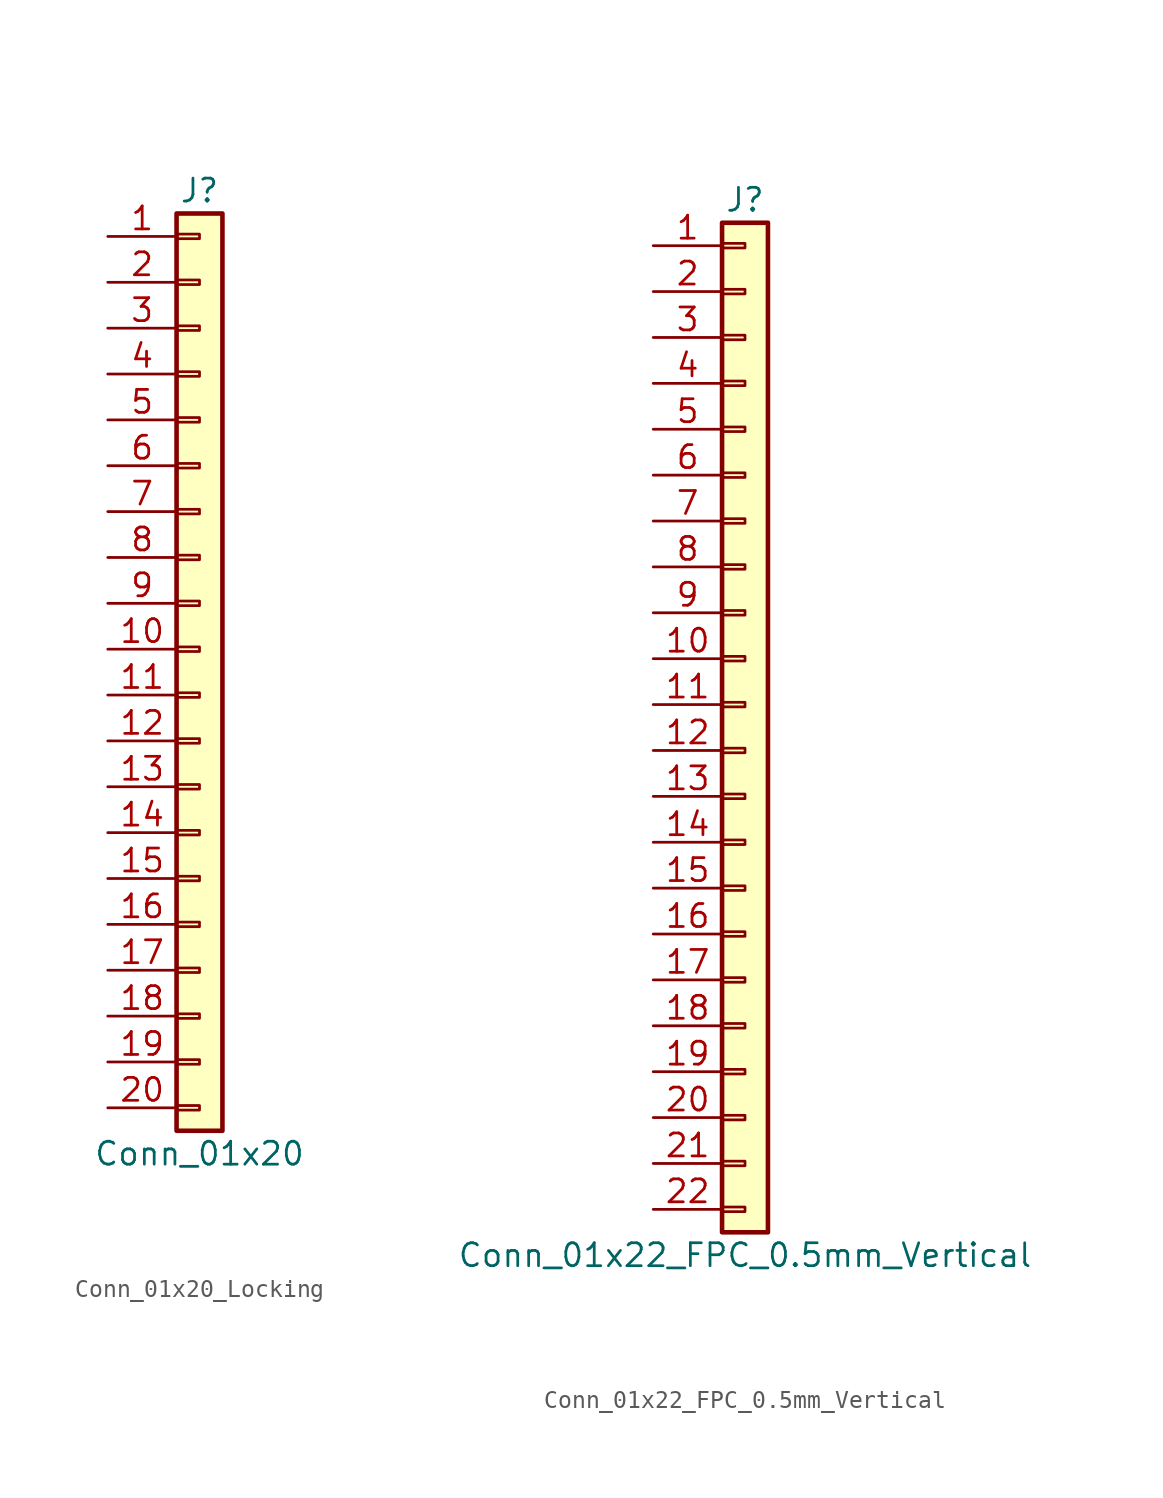
<source format=kicad_sym>
(kicad_symbol_lib
  (version 20231120)
  (generator "kicad_symbol_editor")
  (generator_version "8.0")
  (symbol "Conn_01x20_Locking"
    (pin_names
      (offset 1.016) hide)
    (property "Reference" "J"
      (at 0 25.4 0)
      (effects (font (size 1.27 1.27))))
    (property "Value" "Conn_01x20"
      (at 0 -27.94 0)
      (effects (font (size 1.27 1.27))))
    (symbol "Conn_01x20_Locking_1_1"
      (rectangle (start -1.27 -25.273) (end 0 -25.527) (stroke (width 0.152) (type default)) (fill (type none)))
      (rectangle (start -1.27 -22.733) (end 0 -22.987) (stroke (width 0.152) (type default)) (fill (type none)))
      (rectangle (start -1.27 -20.193) (end 0 -20.447) (stroke (width 0.152) (type default)) (fill (type none)))
      (rectangle (start -1.27 -17.653) (end 0 -17.907) (stroke (width 0.152) (type default)) (fill (type none)))
      (rectangle (start -1.27 -15.113) (end 0 -15.367) (stroke (width 0.152) (type default)) (fill (type none)))
      (rectangle (start -1.27 -12.573) (end 0 -12.827) (stroke (width 0.152) (type default)) (fill (type none)))
      (rectangle (start -1.27 -10.033) (end 0 -10.287) (stroke (width 0.152) (type default)) (fill (type none)))
      (rectangle (start -1.27 -7.493) (end 0 -7.747) (stroke (width 0.152) (type default)) (fill (type none)))
      (rectangle (start -1.27 -4.953) (end 0 -5.207) (stroke (width 0.152) (type default)) (fill (type none)))
      (rectangle (start -1.27 -2.413) (end 0 -2.667) (stroke (width 0.152) (type default)) (fill (type none)))
      (rectangle (start -1.27 0.127) (end 0 -0.127) (stroke (width 0.152) (type default)) (fill (type none)))
      (rectangle (start -1.27 2.667) (end 0 2.413) (stroke (width 0.152) (type default)) (fill (type none)))
      (rectangle (start -1.27 5.207) (end 0 4.953) (stroke (width 0.152) (type default)) (fill (type none)))
      (rectangle (start -1.27 7.747) (end 0 7.493) (stroke (width 0.152) (type default)) (fill (type none)))
      (rectangle (start -1.27 10.287) (end 0 10.033) (stroke (width 0.152) (type default)) (fill (type none)))
      (rectangle (start -1.27 12.827) (end 0 12.573) (stroke (width 0.152) (type default)) (fill (type none)))
      (rectangle (start -1.27 15.367) (end 0 15.113) (stroke (width 0.152) (type default)) (fill (type none)))
      (rectangle (start -1.27 17.907) (end 0 17.653) (stroke (width 0.152) (type default)) (fill (type none)))
      (rectangle (start -1.27 20.447) (end 0 20.193) (stroke (width 0.152) (type default)) (fill (type none)))
      (rectangle (start -1.27 22.987) (end 0 22.733) (stroke (width 0.152) (type default)) (fill (type none)))
      (rectangle (start -1.27 24.13) (end 1.27 -26.67) (stroke (width 0.254) (type default)) (fill (type background)))
      (pin passive line (at -5.08 22.86 0) (length 3.81) (name "Pin_1" (effects (font (size 1.27 1.27)))) (number "1" (effects (font (size 1.27 1.27)))))
      (pin passive line (at -5.08 0 0) (length 3.81) (name "Pin_10" (effects (font (size 1.27 1.27)))) (number "10" (effects (font (size 1.27 1.27)))))
      (pin passive line (at -5.08 -2.54 0) (length 3.81) (name "Pin_11" (effects (font (size 1.27 1.27)))) (number "11" (effects (font (size 1.27 1.27)))))
      (pin passive line (at -5.08 -5.08 0) (length 3.81) (name "Pin_12" (effects (font (size 1.27 1.27)))) (number "12" (effects (font (size 1.27 1.27)))))
      (pin passive line (at -5.08 -7.62 0) (length 3.81) (name "Pin_13" (effects (font (size 1.27 1.27)))) (number "13" (effects (font (size 1.27 1.27)))))
      (pin passive line (at -5.08 -10.16 0) (length 3.81) (name "Pin_14" (effects (font (size 1.27 1.27)))) (number "14" (effects (font (size 1.27 1.27)))))
      (pin passive line (at -5.08 -12.7 0) (length 3.81) (name "Pin_15" (effects (font (size 1.27 1.27)))) (number "15" (effects (font (size 1.27 1.27)))))
      (pin passive line (at -5.08 -15.24 0) (length 3.81) (name "Pin_16" (effects (font (size 1.27 1.27)))) (number "16" (effects (font (size 1.27 1.27)))))
      (pin passive line (at -5.08 -17.78 0) (length 3.81) (name "Pin_17" (effects (font (size 1.27 1.27)))) (number "17" (effects (font (size 1.27 1.27)))))
      (pin passive line (at -5.08 -20.32 0) (length 3.81) (name "Pin_18" (effects (font (size 1.27 1.27)))) (number "18" (effects (font (size 1.27 1.27)))))
      (pin passive line (at -5.08 -22.86 0) (length 3.81) (name "Pin_19" (effects (font (size 1.27 1.27)))) (number "19" (effects (font (size 1.27 1.27)))))
      (pin passive line (at -5.08 20.32 0) (length 3.81) (name "Pin_2" (effects (font (size 1.27 1.27)))) (number "2" (effects (font (size 1.27 1.27)))))
      (pin passive line (at -5.08 -25.4 0) (length 3.81) (name "Pin_20" (effects (font (size 1.27 1.27)))) (number "20" (effects (font (size 1.27 1.27)))))
      (pin passive line (at -5.08 17.78 0) (length 3.81) (name "Pin_3" (effects (font (size 1.27 1.27)))) (number "3" (effects (font (size 1.27 1.27)))))
      (pin passive line (at -5.08 15.24 0) (length 3.81) (name "Pin_4" (effects (font (size 1.27 1.27)))) (number "4" (effects (font (size 1.27 1.27)))))
      (pin passive line (at -5.08 12.7 0) (length 3.81) (name "Pin_5" (effects (font (size 1.27 1.27)))) (number "5" (effects (font (size 1.27 1.27)))))
      (pin passive line (at -5.08 10.16 0) (length 3.81) (name "Pin_6" (effects (font (size 1.27 1.27)))) (number "6" (effects (font (size 1.27 1.27)))))
      (pin passive line (at -5.08 7.62 0) (length 3.81) (name "Pin_7" (effects (font (size 1.27 1.27)))) (number "7" (effects (font (size 1.27 1.27)))))
      (pin passive line (at -5.08 5.08 0) (length 3.81) (name "Pin_8" (effects (font (size 1.27 1.27)))) (number "8" (effects (font (size 1.27 1.27)))))
      (pin passive line (at -5.08 2.54 0) (length 3.81) (name "Pin_9" (effects (font (size 1.27 1.27)))) (number "9" (effects (font (size 1.27 1.27)))))))
  (symbol "Conn_01x22_FPC_0.5mm_Vertical"
    (pin_names
      (offset 1.016) hide)
    (property "Reference" "J"
      (at 0 27.94 0)
      (effects (font (size 1.27 1.27))))
    (property "Value" "Conn_01x22_FPC_0.5mm_Vertical"
      (at 0 -30.48 0)
      (effects (font (size 1.27 1.27))))
    (symbol "Conn_01x22_FPC_0.5mm_Vertical_1_1"
      (rectangle (start -1.27 -27.813) (end 0 -28.067) (stroke (width 0.152) (type default)) (fill (type none)))
      (rectangle (start -1.27 -25.273) (end 0 -25.527) (stroke (width 0.152) (type default)) (fill (type none)))
      (rectangle (start -1.27 -22.733) (end 0 -22.987) (stroke (width 0.152) (type default)) (fill (type none)))
      (rectangle (start -1.27 -20.193) (end 0 -20.447) (stroke (width 0.152) (type default)) (fill (type none)))
      (rectangle (start -1.27 -17.653) (end 0 -17.907) (stroke (width 0.152) (type default)) (fill (type none)))
      (rectangle (start -1.27 -15.113) (end 0 -15.367) (stroke (width 0.152) (type default)) (fill (type none)))
      (rectangle (start -1.27 -12.573) (end 0 -12.827) (stroke (width 0.152) (type default)) (fill (type none)))
      (rectangle (start -1.27 -10.033) (end 0 -10.287) (stroke (width 0.152) (type default)) (fill (type none)))
      (rectangle (start -1.27 -7.493) (end 0 -7.747) (stroke (width 0.152) (type default)) (fill (type none)))
      (rectangle (start -1.27 -4.953) (end 0 -5.207) (stroke (width 0.152) (type default)) (fill (type none)))
      (rectangle (start -1.27 -2.413) (end 0 -2.667) (stroke (width 0.152) (type default)) (fill (type none)))
      (rectangle (start -1.27 0.127) (end 0 -0.127) (stroke (width 0.152) (type default)) (fill (type none)))
      (rectangle (start -1.27 2.667) (end 0 2.413) (stroke (width 0.152) (type default)) (fill (type none)))
      (rectangle (start -1.27 5.207) (end 0 4.953) (stroke (width 0.152) (type default)) (fill (type none)))
      (rectangle (start -1.27 7.747) (end 0 7.493) (stroke (width 0.152) (type default)) (fill (type none)))
      (rectangle (start -1.27 10.287) (end 0 10.033) (stroke (width 0.152) (type default)) (fill (type none)))
      (rectangle (start -1.27 12.827) (end 0 12.573) (stroke (width 0.152) (type default)) (fill (type none)))
      (rectangle (start -1.27 15.367) (end 0 15.113) (stroke (width 0.152) (type default)) (fill (type none)))
      (rectangle (start -1.27 17.907) (end 0 17.653) (stroke (width 0.152) (type default)) (fill (type none)))
      (rectangle (start -1.27 20.447) (end 0 20.193) (stroke (width 0.152) (type default)) (fill (type none)))
      (rectangle (start -1.27 22.987) (end 0 22.733) (stroke (width 0.152) (type default)) (fill (type none)))
      (rectangle (start -1.27 25.527) (end 0 25.273) (stroke (width 0.152) (type default)) (fill (type none)))
      (rectangle (start -1.27 26.67) (end 1.27 -29.21) (stroke (width 0.254) (type default)) (fill (type background)))
      (pin passive line (at -5.08 25.4 0) (length 3.81) (name "Pin_1" (effects (font (size 1.27 1.27)))) (number "1" (effects (font (size 1.27 1.27)))))
      (pin passive line (at -5.08 2.54 0) (length 3.81) (name "Pin_10" (effects (font (size 1.27 1.27)))) (number "10" (effects (font (size 1.27 1.27)))))
      (pin passive line (at -5.08 0 0) (length 3.81) (name "Pin_11" (effects (font (size 1.27 1.27)))) (number "11" (effects (font (size 1.27 1.27)))))
      (pin passive line (at -5.08 -2.54 0) (length 3.81) (name "Pin_12" (effects (font (size 1.27 1.27)))) (number "12" (effects (font (size 1.27 1.27)))))
      (pin passive line (at -5.08 -5.08 0) (length 3.81) (name "Pin_13" (effects (font (size 1.27 1.27)))) (number "13" (effects (font (size 1.27 1.27)))))
      (pin passive line (at -5.08 -7.62 0) (length 3.81) (name "Pin_14" (effects (font (size 1.27 1.27)))) (number "14" (effects (font (size 1.27 1.27)))))
      (pin passive line (at -5.08 -10.16 0) (length 3.81) (name "Pin_15" (effects (font (size 1.27 1.27)))) (number "15" (effects (font (size 1.27 1.27)))))
      (pin passive line (at -5.08 -12.7 0) (length 3.81) (name "Pin_16" (effects (font (size 1.27 1.27)))) (number "16" (effects (font (size 1.27 1.27)))))
      (pin passive line (at -5.08 -15.24 0) (length 3.81) (name "Pin_17" (effects (font (size 1.27 1.27)))) (number "17" (effects (font (size 1.27 1.27)))))
      (pin passive line (at -5.08 -17.78 0) (length 3.81) (name "Pin_18" (effects (font (size 1.27 1.27)))) (number "18" (effects (font (size 1.27 1.27)))))
      (pin passive line (at -5.08 -20.32 0) (length 3.81) (name "Pin_19" (effects (font (size 1.27 1.27)))) (number "19" (effects (font (size 1.27 1.27)))))
      (pin passive line (at -5.08 22.86 0) (length 3.81) (name "Pin_2" (effects (font (size 1.27 1.27)))) (number "2" (effects (font (size 1.27 1.27)))))
      (pin passive line (at -5.08 -22.86 0) (length 3.81) (name "Pin_20" (effects (font (size 1.27 1.27)))) (number "20" (effects (font (size 1.27 1.27)))))
      (pin passive line (at -5.08 -25.4 0) (length 3.81) (name "Pin_21" (effects (font (size 1.27 1.27)))) (number "21" (effects (font (size 1.27 1.27)))))
      (pin passive line (at -5.08 -27.94 0) (length 3.81) (name "Pin_22" (effects (font (size 1.27 1.27)))) (number "22" (effects (font (size 1.27 1.27)))))
      (pin passive line (at -5.08 20.32 0) (length 3.81) (name "Pin_3" (effects (font (size 1.27 1.27)))) (number "3" (effects (font (size 1.27 1.27)))))
      (pin passive line (at -5.08 17.78 0) (length 3.81) (name "Pin_4" (effects (font (size 1.27 1.27)))) (number "4" (effects (font (size 1.27 1.27)))))
      (pin passive line (at -5.08 15.24 0) (length 3.81) (name "Pin_5" (effects (font (size 1.27 1.27)))) (number "5" (effects (font (size 1.27 1.27)))))
      (pin passive line (at -5.08 12.7 0) (length 3.81) (name "Pin_6" (effects (font (size 1.27 1.27)))) (number "6" (effects (font (size 1.27 1.27)))))
      (pin passive line (at -5.08 10.16 0) (length 3.81) (name "Pin_7" (effects (font (size 1.27 1.27)))) (number "7" (effects (font (size 1.27 1.27)))))
      (pin passive line (at -5.08 7.62 0) (length 3.81) (name "Pin_8" (effects (font (size 1.27 1.27)))) (number "8" (effects (font (size 1.27 1.27)))))
      (pin passive line (at -5.08 5.08 0) (length 3.81) (name "Pin_9" (effects (font (size 1.27 1.27)))) (number "9" (effects (font (size 1.27 1.27))))))))
</source>
